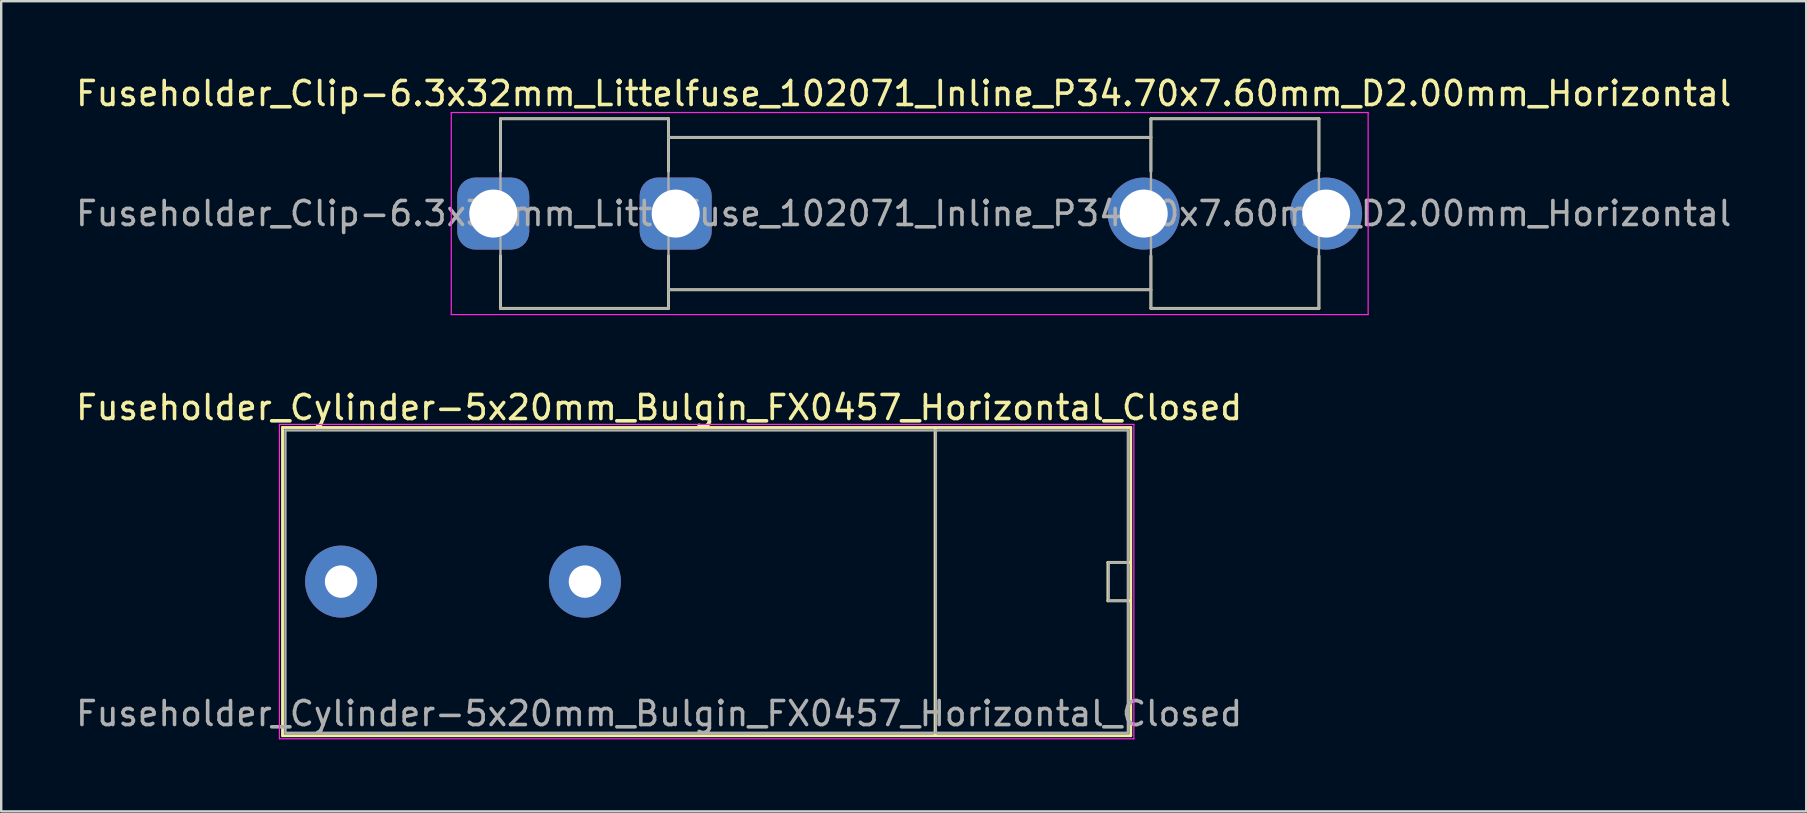
<source format=kicad_pcb>
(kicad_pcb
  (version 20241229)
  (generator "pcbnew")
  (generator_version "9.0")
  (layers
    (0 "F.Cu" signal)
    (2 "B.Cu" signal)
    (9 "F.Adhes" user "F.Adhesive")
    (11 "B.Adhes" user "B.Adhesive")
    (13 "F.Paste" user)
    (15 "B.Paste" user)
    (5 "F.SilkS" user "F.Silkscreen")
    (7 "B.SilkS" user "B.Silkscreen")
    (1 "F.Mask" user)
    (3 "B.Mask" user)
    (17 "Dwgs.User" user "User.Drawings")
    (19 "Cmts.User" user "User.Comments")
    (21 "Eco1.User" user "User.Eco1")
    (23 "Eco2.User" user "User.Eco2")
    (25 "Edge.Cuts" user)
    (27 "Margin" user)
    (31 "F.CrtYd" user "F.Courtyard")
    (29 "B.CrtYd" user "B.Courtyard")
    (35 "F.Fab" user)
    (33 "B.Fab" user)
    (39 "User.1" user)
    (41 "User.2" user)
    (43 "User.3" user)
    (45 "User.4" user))
  (footprint "Fuseholder_Clip-6.3x32mm_Littelfuse_102071_Inline_P34.70x7.60mm_D2.00mm_Horizontal"
    (layer "F.Cu")
    (at 17.501 5.848)
    (property "Reference" "Fuseholder_Clip-6.3x32mm_Littelfuse_102071_Inline_P34.70x7.60mm_D2.00mm_Horizontal" (at 17.1 -5 0) (layer "F.SilkS") (effects (font (size 1 1) (thickness 0.15))))
    (attr through_hole)
    (fp_line (start 0.3 -3.95) (end 0.3 -1.765) (stroke (width 0.12) (type solid)) (layer "F.SilkS"))
    (fp_line (start 0.3 3.95) (end 0.3 1.765) (stroke (width 0.12) (type solid)) (layer "F.SilkS"))
    (fp_line (start 7.3 -3.95) (end 0.3 -3.95) (stroke (width 0.12) (type solid)) (layer "F.SilkS"))
    (fp_line (start 7.3 -3.95) (end 7.3 -1.765) (stroke (width 0.12) (type solid)) (layer "F.SilkS"))
    (fp_line (start 7.3 3.95) (end 0.3 3.95) (stroke (width 0.12) (type solid)) (layer "F.SilkS"))
    (fp_line (start 7.3 3.95) (end 7.3 1.765) (stroke (width 0.12) (type solid)) (layer "F.SilkS"))
    (fp_line (start 27.4 -3.95) (end 27.4 -1.765) (stroke (width 0.12) (type solid)) (layer "F.SilkS"))
    (fp_line (start 27.4 -3.175) (end 7.3 -3.175) (stroke (width 0.12) (type solid)) (layer "F.SilkS"))
    (fp_line (start 27.4 3.175) (end 7.3 3.175) (stroke (width 0.12) (type solid)) (layer "F.SilkS"))
    (fp_line (start 27.4 3.95) (end 27.4 1.765) (stroke (width 0.12) (type solid)) (layer "F.SilkS"))
    (fp_line (start 27.4 3.95) (end 34.4 3.95) (stroke (width 0.12) (type solid)) (layer "F.SilkS"))
    (fp_line (start 34.4 -3.95) (end 27.4 -3.95) (stroke (width 0.12) (type solid)) (layer "F.SilkS"))
    (fp_line (start 34.4 -1.765) (end 34.4 -3.95) (stroke (width 0.12) (type solid)) (layer "F.SilkS"))
    (fp_line (start 34.4 1.765) (end 34.4 3.95) (stroke (width 0.12) (type solid)) (layer "F.SilkS"))
    (fp_line (start -1.75 -4.21) (end -1.75 4.21) (stroke (width 0.05) (type solid)) (layer "F.CrtYd"))
    (fp_line (start -1.75 -4.21) (end 36.45 -4.21) (stroke (width 0.05) (type solid)) (layer "F.CrtYd"))
    (fp_line (start 36.45 4.21) (end -1.75 4.21) (stroke (width 0.05) (type solid)) (layer "F.CrtYd"))
    (fp_line (start 36.45 4.21) (end 36.45 -4.21) (stroke (width 0.05) (type solid)) (layer "F.CrtYd"))
    (fp_line (start 0.3 -3.95) (end 7.3 -3.95) (stroke (width 0.1) (type solid)) (layer "F.Fab"))
    (fp_line (start 0.3 3.95) (end 0.3 -3.95) (stroke (width 0.1) (type solid)) (layer "F.Fab"))
    (fp_line (start 7.3 -3.95) (end 7.3 3.95) (stroke (width 0.1) (type solid)) (layer "F.Fab"))
    (fp_line (start 7.3 -3.175) (end 27.4 -3.175) (stroke (width 0.1) (type solid)) (layer "F.Fab"))
    (fp_line (start 7.3 3.95) (end 0.3 3.95) (stroke (width 0.1) (type solid)) (layer "F.Fab"))
    (fp_line (start 27.4 -3.95) (end 27.4 3.95) (stroke (width 0.1) (type solid)) (layer "F.Fab"))
    (fp_line (start 27.4 3.175) (end 7.3 3.175) (stroke (width 0.1) (type solid)) (layer "F.Fab"))
    (fp_line (start 27.4 3.95) (end 34.4 3.95) (stroke (width 0.1) (type solid)) (layer "F.Fab"))
    (fp_line (start 34.4 -3.95) (end 27.4 -3.95) (stroke (width 0.1) (type solid)) (layer "F.Fab"))
    (fp_line (start 34.4 3.95) (end 34.4 -3.95) (stroke (width 0.1) (type solid)) (layer "F.Fab"))
    (fp_text user "${REFERENCE}" (at 17.1 0 0) (layer "F.Fab") (effects (font (size 1 1) (thickness 0.15))))
    (pad "1" thru_hole roundrect (at 0 0) (size 3 3) (drill 2) (layers "*.Cu" "*.Mask") (roundrect_rratio 0.25))
    (pad "1" thru_hole roundrect (at 7.6 0) (size 3 3) (drill 2) (layers "*.Cu" "*.Mask") (roundrect_rratio 0.25))
    (pad "2" thru_hole circle (at 27.1 0) (size 3 3) (drill 2) (layers "*.Cu" "*.Mask"))
    (pad "2" thru_hole circle (at 34.7 0) (size 3 3) (drill 2) (layers "*.Cu" "*.Mask")))
  (footprint "Fuseholder_Cylinder-5x20mm_Bulgin_FX0457_Horizontal_Closed"
    (layer "F.Cu")
    (at 11.161 21.181)
    (property "Reference" "Fuseholder_Cylinder-5x20mm_Bulgin_FX0457_Horizontal_Closed" (at 13.25 -7.25 0) (layer "F.SilkS") (effects (font (size 1 1) (thickness 0.15))))
    (attr through_hole)
    (fp_line (start -2.44 -6.42) (end -2.44 6.42) (stroke (width 0.12) (type solid)) (layer "F.SilkS"))
    (fp_line (start -2.44 -6.42) (end 32.9 -6.42) (stroke (width 0.12) (type solid)) (layer "F.SilkS"))
    (fp_line (start 24.75 -6.4) (end 24.75 6.4) (stroke (width 0.12) (type solid)) (layer "F.SilkS"))
    (fp_line (start 31.95 -0.8) (end 31.95 0.8) (stroke (width 0.12) (type solid)) (layer "F.SilkS"))
    (fp_line (start 31.95 0.8) (end 32.85 0.8) (stroke (width 0.12) (type solid)) (layer "F.SilkS"))
    (fp_line (start 32.85 -0.8) (end 31.95 -0.8) (stroke (width 0.12) (type solid)) (layer "F.SilkS"))
    (fp_line (start 32.9 6.42) (end -2.44 6.42) (stroke (width 0.12) (type solid)) (layer "F.SilkS"))
    (fp_line (start 32.9 6.42) (end 32.9 -6.42) (stroke (width 0.12) (type solid)) (layer "F.SilkS"))
    (fp_line (start -2.57 -6.55) (end -2.57 6.55) (stroke (width 0.05) (type solid)) (layer "F.CrtYd"))
    (fp_line (start -2.57 -6.55) (end 33.03 -6.55) (stroke (width 0.05) (type solid)) (layer "F.CrtYd"))
    (fp_line (start 33.03 6.55) (end -2.57 6.55) (stroke (width 0.05) (type solid)) (layer "F.CrtYd"))
    (fp_line (start 33.03 6.55) (end 33.03 -6.55) (stroke (width 0.05) (type solid)) (layer "F.CrtYd"))
    (fp_line (start -2.32 6.3) (end -2.32 -6.3) (stroke (width 0.1) (type solid)) (layer "F.Fab"))
    (fp_line (start -2.32 6.3) (end 32.78 6.3) (stroke (width 0.1) (type solid)) (layer "F.Fab"))
    (fp_line (start 24.78 6.3) (end 24.78 -6.3) (stroke (width 0.1) (type solid)) (layer "F.Fab"))
    (fp_line (start 31.98 -0.8) (end 31.98 0.8) (stroke (width 0.1) (type solid)) (layer "F.Fab"))
    (fp_line (start 31.98 0.8) (end 32.78 0.8) (stroke (width 0.1) (type solid)) (layer "F.Fab"))
    (fp_line (start 32.78 -6.3) (end -2.32 -6.3) (stroke (width 0.1) (type solid)) (layer "F.Fab"))
    (fp_line (start 32.78 -0.8) (end 31.98 -0.8) (stroke (width 0.1) (type solid)) (layer "F.Fab"))
    (fp_line (start 32.78 6.3) (end 32.78 -6.3) (stroke (width 0.1) (type solid)) (layer "F.Fab"))
    (fp_text user "${REFERENCE}" (at 13.25 5.5 0) (layer "F.Fab") (effects (font (size 1 1) (thickness 0.15))))
    (pad "1" thru_hole circle (at 0 0) (size 3 3) (drill 1.35) (layers "*.Cu" "*.Mask"))
    (pad "2" thru_hole circle (at 10.16 0) (size 3 3) (drill 1.35) (layers "*.Cu" "*.Mask")))
  (gr_rect
    (start -3 -3)
    (end 72.202 30.756)
    (stroke (width 0.1) (type default))
    (fill no)
    (layer "Edge.Cuts")))
</source>
